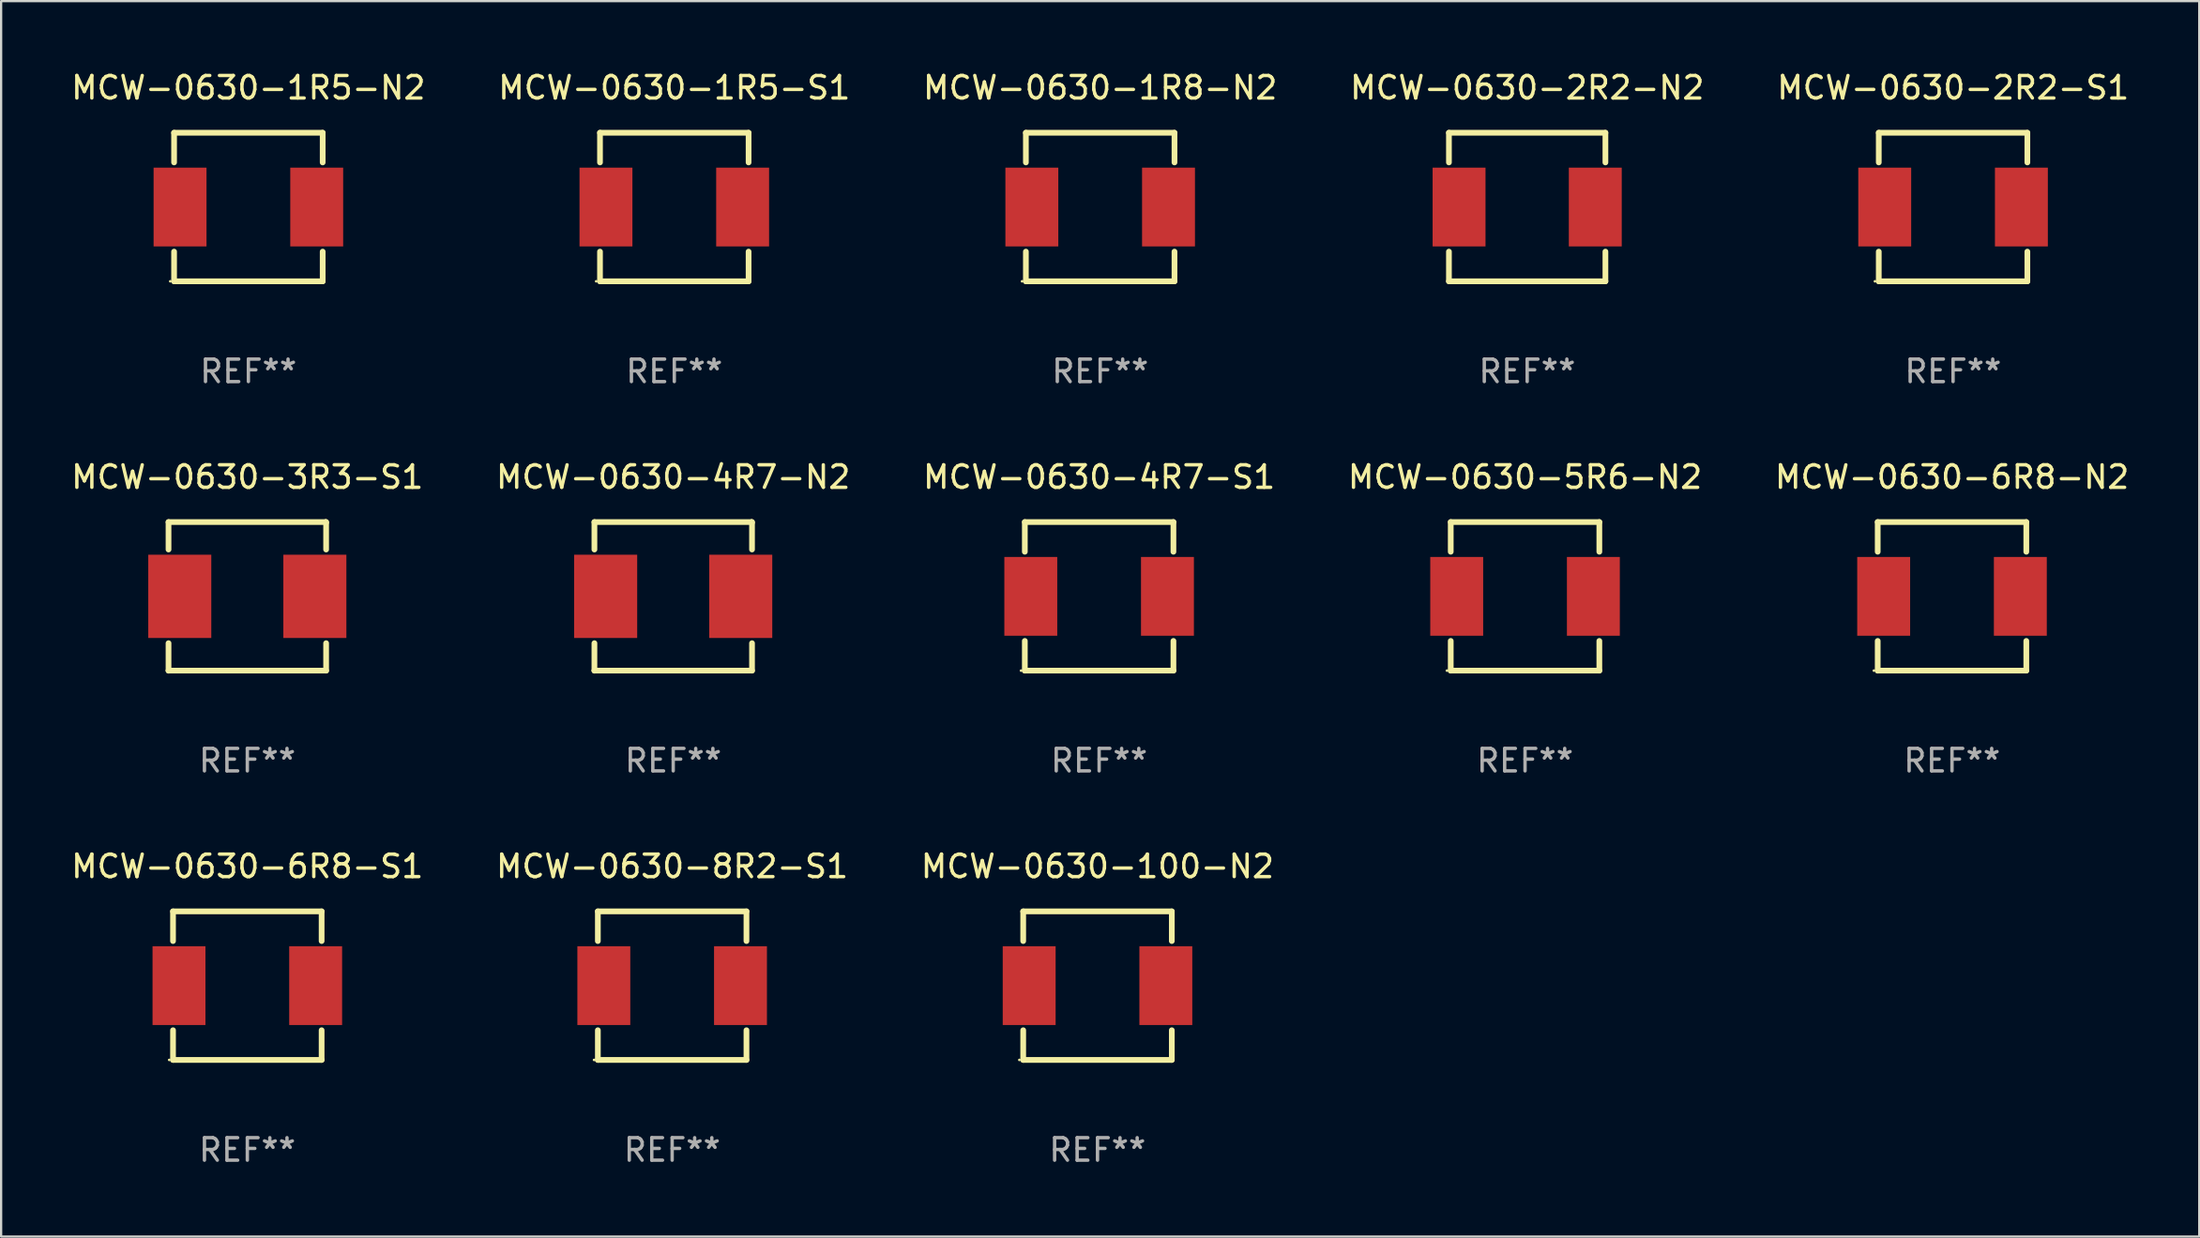
<source format=kicad_pcb>
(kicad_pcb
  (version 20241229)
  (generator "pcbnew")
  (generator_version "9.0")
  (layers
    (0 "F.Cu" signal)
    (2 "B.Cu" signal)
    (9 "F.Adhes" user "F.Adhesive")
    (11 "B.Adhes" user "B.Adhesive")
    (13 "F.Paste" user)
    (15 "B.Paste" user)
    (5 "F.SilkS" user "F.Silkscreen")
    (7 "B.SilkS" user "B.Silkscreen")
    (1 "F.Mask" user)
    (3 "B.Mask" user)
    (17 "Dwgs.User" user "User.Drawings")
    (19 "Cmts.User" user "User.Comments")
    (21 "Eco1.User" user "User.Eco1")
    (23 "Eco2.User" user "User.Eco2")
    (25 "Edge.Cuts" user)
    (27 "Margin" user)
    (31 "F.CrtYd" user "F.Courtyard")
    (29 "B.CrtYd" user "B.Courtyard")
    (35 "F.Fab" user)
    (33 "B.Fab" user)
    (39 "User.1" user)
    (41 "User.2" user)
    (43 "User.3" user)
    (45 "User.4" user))
  (footprint "MCW-0630-5R6-N2"
    (layer "F.Cu")
    (at 64.685 23.445)
    (property "Reference" "MCW-0630-5R6-N2" (at 0 -5.3 0) (layer "F.SilkS") (effects (font (size 1 1) (thickness 0.15))))
    (attr through_hole)
    (fp_line (start -3.3 -3.3) (end 3.3 -3.3) (stroke (width 0.254) (type solid)) (layer "F.SilkS"))
    (fp_line (start -3.3 -1.981) (end -3.3 -3.3) (stroke (width 0.254) (type solid)) (layer "F.SilkS"))
    (fp_line (start -3.3 3.3) (end -3.3 1.981) (stroke (width 0.254) (type solid)) (layer "F.SilkS"))
    (fp_line (start 3.3 -3.3) (end 3.3 -1.981) (stroke (width 0.254) (type solid)) (layer "F.SilkS"))
    (fp_line (start 3.3 1.981) (end 3.3 3.3) (stroke (width 0.254) (type solid)) (layer "F.SilkS"))
    (fp_line (start 3.3 3.3) (end -3.3 3.3) (stroke (width 0.254) (type solid)) (layer "F.SilkS"))
    (fp_circle (center -3.47 3.3) (end -3.44 3.3) (stroke (width 0.06) (type solid)) (fill no) (layer "F.SilkS"))
    (fp_text user "REF**" (at 0 7.3 0) (layer "F.Fab") (effects (font (size 1 1) (thickness 0.15))))
    (pad "1" smd rect (at -3.035 0) (size 2.35 3.5) (layers "F.Cu" "F.Mask" "F.Paste"))
    (pad "2" smd rect (at 3.035 0) (size 2.35 3.5) (layers "F.Cu" "F.Mask" "F.Paste")))
  (footprint "MCW-0630-1R5-S1"
    (layer "F.Cu")
    (at 26.899 6.148)
    (property "Reference" "MCW-0630-1R5-S1" (at 0 -5.3 0) (layer "F.SilkS") (effects (font (size 1 1) (thickness 0.15))))
    (attr through_hole)
    (fp_line (start -3.3 -3.3) (end 3.3 -3.3) (stroke (width 0.254) (type solid)) (layer "F.SilkS"))
    (fp_line (start -3.3 -1.981) (end -3.3 -3.3) (stroke (width 0.254) (type solid)) (layer "F.SilkS"))
    (fp_line (start -3.3 3.3) (end -3.3 1.981) (stroke (width 0.254) (type solid)) (layer "F.SilkS"))
    (fp_line (start 3.3 -3.3) (end 3.3 -1.981) (stroke (width 0.254) (type solid)) (layer "F.SilkS"))
    (fp_line (start 3.3 1.981) (end 3.3 3.3) (stroke (width 0.254) (type solid)) (layer "F.SilkS"))
    (fp_line (start 3.3 3.3) (end -3.3 3.3) (stroke (width 0.254) (type solid)) (layer "F.SilkS"))
    (fp_circle (center -3.47 3.3) (end -3.44 3.3) (stroke (width 0.06) (type solid)) (fill no) (layer "F.SilkS"))
    (fp_text user "REF**" (at 0 7.3 0) (layer "F.Fab") (effects (font (size 1 1) (thickness 0.15))))
    (pad "1" smd rect (at -3.035 0) (size 2.35 3.5) (layers "F.Cu" "F.Mask" "F.Paste"))
    (pad "2" smd rect (at 3.035 0) (size 2.35 3.5) (layers "F.Cu" "F.Mask" "F.Paste")))
  (footprint "MCW-0630-6R8-S1"
    (layer "F.Cu")
    (at 7.935 40.741)
    (property "Reference" "MCW-0630-6R8-S1" (at 0 -5.3 0) (layer "F.SilkS") (effects (font (size 1 1) (thickness 0.15))))
    (attr through_hole)
    (fp_line (start -3.3 -3.3) (end 3.3 -3.3) (stroke (width 0.254) (type solid)) (layer "F.SilkS"))
    (fp_line (start -3.3 -1.981) (end -3.3 -3.3) (stroke (width 0.254) (type solid)) (layer "F.SilkS"))
    (fp_line (start -3.3 3.3) (end -3.3 1.981) (stroke (width 0.254) (type solid)) (layer "F.SilkS"))
    (fp_line (start 3.3 -3.3) (end 3.3 -1.981) (stroke (width 0.254) (type solid)) (layer "F.SilkS"))
    (fp_line (start 3.3 1.981) (end 3.3 3.3) (stroke (width 0.254) (type solid)) (layer "F.SilkS"))
    (fp_line (start 3.3 3.3) (end -3.3 3.3) (stroke (width 0.254) (type solid)) (layer "F.SilkS"))
    (fp_circle (center -3.47 3.3) (end -3.44 3.3) (stroke (width 0.06) (type solid)) (fill no) (layer "F.SilkS"))
    (fp_text user "REF**" (at 0 7.3 0) (layer "F.Fab") (effects (font (size 1 1) (thickness 0.15))))
    (pad "1" smd rect (at -3.035 0) (size 2.35 3.5) (layers "F.Cu" "F.Mask" "F.Paste"))
    (pad "2" smd rect (at 3.035 0) (size 2.35 3.5) (layers "F.Cu" "F.Mask" "F.Paste")))
  (footprint "MCW-0630-4R7-S1"
    (layer "F.Cu")
    (at 45.768 23.445)
    (property "Reference" "MCW-0630-4R7-S1" (at 0 -5.3 0) (layer "F.SilkS") (effects (font (size 1 1) (thickness 0.15))))
    (attr through_hole)
    (fp_line (start -3.3 -3.3) (end 3.3 -3.3) (stroke (width 0.254) (type solid)) (layer "F.SilkS"))
    (fp_line (start -3.3 -1.981) (end -3.3 -3.3) (stroke (width 0.254) (type solid)) (layer "F.SilkS"))
    (fp_line (start -3.3 3.3) (end -3.3 1.981) (stroke (width 0.254) (type solid)) (layer "F.SilkS"))
    (fp_line (start 3.3 -3.3) (end 3.3 -1.981) (stroke (width 0.254) (type solid)) (layer "F.SilkS"))
    (fp_line (start 3.3 1.981) (end 3.3 3.3) (stroke (width 0.254) (type solid)) (layer "F.SilkS"))
    (fp_line (start 3.3 3.3) (end -3.3 3.3) (stroke (width 0.254) (type solid)) (layer "F.SilkS"))
    (fp_circle (center -3.47 3.3) (end -3.44 3.3) (stroke (width 0.06) (type solid)) (fill no) (layer "F.SilkS"))
    (fp_text user "REF**" (at 0 7.3 0) (layer "F.Fab") (effects (font (size 1 1) (thickness 0.15))))
    (pad "1" smd rect (at -3.035 0) (size 2.35 3.5) (layers "F.Cu" "F.Mask" "F.Paste"))
    (pad "2" smd rect (at 3.035 0) (size 2.35 3.5) (layers "F.Cu" "F.Mask" "F.Paste")))
  (footprint "MCW-0630-8R2-S1"
    (layer "F.Cu")
    (at 26.804 40.741)
    (property "Reference" "MCW-0630-8R2-S1" (at 0 -5.3 0) (layer "F.SilkS") (effects (font (size 1 1) (thickness 0.15))))
    (attr through_hole)
    (fp_line (start -3.3 -3.3) (end 3.3 -3.3) (stroke (width 0.254) (type solid)) (layer "F.SilkS"))
    (fp_line (start -3.3 -1.981) (end -3.3 -3.3) (stroke (width 0.254) (type solid)) (layer "F.SilkS"))
    (fp_line (start -3.3 3.3) (end -3.3 1.981) (stroke (width 0.254) (type solid)) (layer "F.SilkS"))
    (fp_line (start 3.3 -3.3) (end 3.3 -1.981) (stroke (width 0.254) (type solid)) (layer "F.SilkS"))
    (fp_line (start 3.3 1.981) (end 3.3 3.3) (stroke (width 0.254) (type solid)) (layer "F.SilkS"))
    (fp_line (start 3.3 3.3) (end -3.3 3.3) (stroke (width 0.254) (type solid)) (layer "F.SilkS"))
    (fp_circle (center -3.47 3.3) (end -3.44 3.3) (stroke (width 0.06) (type solid)) (fill no) (layer "F.SilkS"))
    (fp_text user "REF**" (at 0 7.3 0) (layer "F.Fab") (effects (font (size 1 1) (thickness 0.15))))
    (pad "1" smd rect (at -3.035 0) (size 2.35 3.5) (layers "F.Cu" "F.Mask" "F.Paste"))
    (pad "2" smd rect (at 3.035 0) (size 2.35 3.5) (layers "F.Cu" "F.Mask" "F.Paste")))
  (footprint "MCW-0630-2R2-N2"
    (layer "F.Cu")
    (at 64.78 6.148)
    (property "Reference" "MCW-0630-2R2-N2" (at 0 -5.3 0) (layer "F.SilkS") (effects (font (size 1 1) (thickness 0.15))))
    (attr through_hole)
    (fp_line (start -3.475 -3.3) (end 3.475 -3.3) (stroke (width 0.254) (type solid)) (layer "F.SilkS"))
    (fp_line (start -3.475 -1.981) (end -3.475 -3.3) (stroke (width 0.254) (type solid)) (layer "F.SilkS"))
    (fp_line (start -3.475 3.3) (end -3.475 1.981) (stroke (width 0.254) (type solid)) (layer "F.SilkS"))
    (fp_line (start -3.475 3.3) (end 3.475 3.3) (stroke (width 0.254) (type solid)) (layer "F.SilkS"))
    (fp_line (start 3.475 -1.981) (end 3.475 -3.3) (stroke (width 0.254) (type solid)) (layer "F.SilkS"))
    (fp_line (start 3.475 3.3) (end 3.475 1.981) (stroke (width 0.254) (type solid)) (layer "F.SilkS"))
    (fp_circle (center -3.475 3.3) (end -3.445 3.3) (stroke (width 0.06) (type solid)) (fill no) (layer "F.SilkS"))
    (fp_text user "REF**" (at 0 7.3 0) (layer "F.Fab") (effects (font (size 1 1) (thickness 0.15))))
    (pad "1" smd rect (at -3.025 0) (size 2.35 3.5) (layers "F.Cu" "F.Mask" "F.Paste"))
    (pad "2" smd rect (at 3.025 0) (size 2.35 3.5) (layers "F.Cu" "F.Mask" "F.Paste")))
  (footprint "MCW-0630-1R5-N2"
    (layer "F.Cu")
    (at 7.982 6.148)
    (property "Reference" "MCW-0630-1R5-N2" (at 0 -5.3 0) (layer "F.SilkS") (effects (font (size 1 1) (thickness 0.15))))
    (attr through_hole)
    (fp_line (start -3.3 -3.3) (end 3.3 -3.3) (stroke (width 0.254) (type solid)) (layer "F.SilkS"))
    (fp_line (start -3.3 -1.981) (end -3.3 -3.3) (stroke (width 0.254) (type solid)) (layer "F.SilkS"))
    (fp_line (start -3.3 3.3) (end -3.3 1.981) (stroke (width 0.254) (type solid)) (layer "F.SilkS"))
    (fp_line (start 3.3 -3.3) (end 3.3 -1.981) (stroke (width 0.254) (type solid)) (layer "F.SilkS"))
    (fp_line (start 3.3 1.981) (end 3.3 3.3) (stroke (width 0.254) (type solid)) (layer "F.SilkS"))
    (fp_line (start 3.3 3.3) (end -3.3 3.3) (stroke (width 0.254) (type solid)) (layer "F.SilkS"))
    (fp_circle (center -3.47 3.3) (end -3.44 3.3) (stroke (width 0.06) (type solid)) (fill no) (layer "F.SilkS"))
    (fp_text user "REF**" (at 0 7.3 0) (layer "F.Fab") (effects (font (size 1 1) (thickness 0.15))))
    (pad "1" smd rect (at -3.035 0) (size 2.35 3.5) (layers "F.Cu" "F.Mask" "F.Paste"))
    (pad "2" smd rect (at 3.035 0) (size 2.35 3.5) (layers "F.Cu" "F.Mask" "F.Paste")))
  (footprint "MCW-0630-100-N2"
    (layer "F.Cu")
    (at 45.696 40.741)
    (property "Reference" "MCW-0630-100-N2" (at 0 -5.3 0) (layer "F.SilkS") (effects (font (size 1 1) (thickness 0.15))))
    (attr through_hole)
    (fp_line (start -3.3 -3.3) (end 3.3 -3.3) (stroke (width 0.254) (type solid)) (layer "F.SilkS"))
    (fp_line (start -3.3 -1.981) (end -3.3 -3.3) (stroke (width 0.254) (type solid)) (layer "F.SilkS"))
    (fp_line (start -3.3 3.3) (end -3.3 1.981) (stroke (width 0.254) (type solid)) (layer "F.SilkS"))
    (fp_line (start 3.3 -3.3) (end 3.3 -1.981) (stroke (width 0.254) (type solid)) (layer "F.SilkS"))
    (fp_line (start 3.3 1.981) (end 3.3 3.3) (stroke (width 0.254) (type solid)) (layer "F.SilkS"))
    (fp_line (start 3.3 3.3) (end -3.3 3.3) (stroke (width 0.254) (type solid)) (layer "F.SilkS"))
    (fp_circle (center -3.47 3.3) (end -3.44 3.3) (stroke (width 0.06) (type solid)) (fill no) (layer "F.SilkS"))
    (fp_text user "REF**" (at 0 7.3 0) (layer "F.Fab") (effects (font (size 1 1) (thickness 0.15))))
    (pad "1" smd rect (at -3.035 0) (size 2.35 3.5) (layers "F.Cu" "F.Mask" "F.Paste"))
    (pad "2" smd rect (at 3.035 0) (size 2.35 3.5) (layers "F.Cu" "F.Mask" "F.Paste")))
  (footprint "MCW-0630-4R7-N2"
    (layer "F.Cu")
    (at 26.851 23.445)
    (property "Reference" "MCW-0630-4R7-N2" (at 0 -5.3 0) (layer "F.SilkS") (effects (font (size 1 1) (thickness 0.15))))
    (attr through_hole)
    (fp_line (start -3.5 -3.3) (end 3.48 -3.3) (stroke (width 0.254) (type solid)) (layer "F.SilkS"))
    (fp_line (start -3.5 -2.081) (end -3.5 -3.3) (stroke (width 0.254) (type solid)) (layer "F.SilkS"))
    (fp_line (start -3.5 3.3) (end -3.5 2.081) (stroke (width 0.254) (type solid)) (layer "F.SilkS"))
    (fp_line (start -3.49 3.3) (end -3.5 3.3) (stroke (width 0.254) (type solid)) (layer "F.SilkS"))
    (fp_line (start 3.48 -3.3) (end 3.5 -3.28) (stroke (width 0.254) (type solid)) (layer "F.SilkS"))
    (fp_line (start 3.5 -3.3) (end 3.5 -2.081) (stroke (width 0.254) (type solid)) (layer "F.SilkS"))
    (fp_line (start 3.5 2.081) (end 3.5 3.3) (stroke (width 0.254) (type solid)) (layer "F.SilkS"))
    (fp_line (start 3.5 3.3) (end -3.49 3.3) (stroke (width 0.254) (type solid)) (layer "F.SilkS"))
    (fp_circle (center -3.5 3.3) (end -3.47 3.3) (stroke (width 0.06) (type solid)) (fill no) (layer "F.SilkS"))
    (fp_text user "REF**" (at 0 7.3 0) (layer "F.Fab") (effects (font (size 1 1) (thickness 0.15))))
    (pad "1" smd rect (at -3 0) (size 2.8 3.7) (layers "F.Cu" "F.Mask" "F.Paste"))
    (pad "2" smd rect (at 3 0) (size 2.8 3.7) (layers "F.Cu" "F.Mask" "F.Paste")))
  (footprint "MCW-0630-6R8-N2"
    (layer "F.Cu")
    (at 83.649 23.445)
    (property "Reference" "MCW-0630-6R8-N2" (at 0 -5.3 0) (layer "F.SilkS") (effects (font (size 1 1) (thickness 0.15))))
    (attr through_hole)
    (fp_line (start -3.3 -3.3) (end 3.3 -3.3) (stroke (width 0.254) (type solid)) (layer "F.SilkS"))
    (fp_line (start -3.3 -1.981) (end -3.3 -3.3) (stroke (width 0.254) (type solid)) (layer "F.SilkS"))
    (fp_line (start -3.3 3.3) (end -3.3 1.981) (stroke (width 0.254) (type solid)) (layer "F.SilkS"))
    (fp_line (start 3.3 -3.3) (end 3.3 -1.981) (stroke (width 0.254) (type solid)) (layer "F.SilkS"))
    (fp_line (start 3.3 1.981) (end 3.3 3.3) (stroke (width 0.254) (type solid)) (layer "F.SilkS"))
    (fp_line (start 3.3 3.3) (end -3.3 3.3) (stroke (width 0.254) (type solid)) (layer "F.SilkS"))
    (fp_circle (center -3.47 3.3) (end -3.44 3.3) (stroke (width 0.06) (type solid)) (fill no) (layer "F.SilkS"))
    (fp_text user "REF**" (at 0 7.3 0) (layer "F.Fab") (effects (font (size 1 1) (thickness 0.15))))
    (pad "1" smd rect (at -3.035 0) (size 2.35 3.5) (layers "F.Cu" "F.Mask" "F.Paste"))
    (pad "2" smd rect (at 3.035 0) (size 2.35 3.5) (layers "F.Cu" "F.Mask" "F.Paste")))
  (footprint "MCW-0630-3R3-S1"
    (layer "F.Cu")
    (at 7.935 23.445)
    (property "Reference" "MCW-0630-3R3-S1" (at 0 -5.3 0) (layer "F.SilkS") (effects (font (size 1 1) (thickness 0.15))))
    (attr through_hole)
    (fp_line (start -3.5 -3.3) (end 3.48 -3.3) (stroke (width 0.254) (type solid)) (layer "F.SilkS"))
    (fp_line (start -3.5 -2.081) (end -3.5 -3.3) (stroke (width 0.254) (type solid)) (layer "F.SilkS"))
    (fp_line (start -3.5 3.3) (end -3.5 2.081) (stroke (width 0.254) (type solid)) (layer "F.SilkS"))
    (fp_line (start -3.49 3.3) (end -3.5 3.3) (stroke (width 0.254) (type solid)) (layer "F.SilkS"))
    (fp_line (start 3.48 -3.3) (end 3.5 -3.28) (stroke (width 0.254) (type solid)) (layer "F.SilkS"))
    (fp_line (start 3.5 -3.3) (end 3.5 -2.081) (stroke (width 0.254) (type solid)) (layer "F.SilkS"))
    (fp_line (start 3.5 2.081) (end 3.5 3.3) (stroke (width 0.254) (type solid)) (layer "F.SilkS"))
    (fp_line (start 3.5 3.3) (end -3.49 3.3) (stroke (width 0.254) (type solid)) (layer "F.SilkS"))
    (fp_circle (center -3.5 3.3) (end -3.47 3.3) (stroke (width 0.06) (type solid)) (fill no) (layer "F.SilkS"))
    (fp_text user "REF**" (at 0 7.3 0) (layer "F.Fab") (effects (font (size 1 1) (thickness 0.15))))
    (pad "1" smd rect (at -3 0) (size 2.8 3.7) (layers "F.Cu" "F.Mask" "F.Paste"))
    (pad "2" smd rect (at 3 0) (size 2.8 3.7) (layers "F.Cu" "F.Mask" "F.Paste")))
  (footprint "MCW-0630-1R8-N2"
    (layer "F.Cu")
    (at 45.815 6.148)
    (property "Reference" "MCW-0630-1R8-N2" (at 0 -5.3 0) (layer "F.SilkS") (effects (font (size 1 1) (thickness 0.15))))
    (attr through_hole)
    (fp_line (start -3.3 -3.3) (end 3.3 -3.3) (stroke (width 0.254) (type solid)) (layer "F.SilkS"))
    (fp_line (start -3.3 -1.981) (end -3.3 -3.3) (stroke (width 0.254) (type solid)) (layer "F.SilkS"))
    (fp_line (start -3.3 3.3) (end -3.3 1.981) (stroke (width 0.254) (type solid)) (layer "F.SilkS"))
    (fp_line (start 3.3 -3.3) (end 3.3 -1.981) (stroke (width 0.254) (type solid)) (layer "F.SilkS"))
    (fp_line (start 3.3 1.981) (end 3.3 3.3) (stroke (width 0.254) (type solid)) (layer "F.SilkS"))
    (fp_line (start 3.3 3.3) (end -3.3 3.3) (stroke (width 0.254) (type solid)) (layer "F.SilkS"))
    (fp_circle (center -3.47 3.3) (end -3.44 3.3) (stroke (width 0.06) (type solid)) (fill no) (layer "F.SilkS"))
    (fp_text user "REF**" (at 0 7.3 0) (layer "F.Fab") (effects (font (size 1 1) (thickness 0.15))))
    (pad "1" smd rect (at -3.035 0) (size 2.35 3.5) (layers "F.Cu" "F.Mask" "F.Paste"))
    (pad "2" smd rect (at 3.035 0) (size 2.35 3.5) (layers "F.Cu" "F.Mask" "F.Paste")))
  (footprint "MCW-0630-2R2-S1"
    (layer "F.Cu")
    (at 83.696 6.148)
    (property "Reference" "MCW-0630-2R2-S1" (at 0 -5.3 0) (layer "F.SilkS") (effects (font (size 1 1) (thickness 0.15))))
    (attr through_hole)
    (fp_line (start -3.3 -3.3) (end 3.3 -3.3) (stroke (width 0.254) (type solid)) (layer "F.SilkS"))
    (fp_line (start -3.3 -1.981) (end -3.3 -3.3) (stroke (width 0.254) (type solid)) (layer "F.SilkS"))
    (fp_line (start -3.3 3.3) (end -3.3 1.981) (stroke (width 0.254) (type solid)) (layer "F.SilkS"))
    (fp_line (start 3.3 -3.3) (end 3.3 -1.981) (stroke (width 0.254) (type solid)) (layer "F.SilkS"))
    (fp_line (start 3.3 1.981) (end 3.3 3.3) (stroke (width 0.254) (type solid)) (layer "F.SilkS"))
    (fp_line (start 3.3 3.3) (end -3.3 3.3) (stroke (width 0.254) (type solid)) (layer "F.SilkS"))
    (fp_circle (center -3.47 3.3) (end -3.44 3.3) (stroke (width 0.06) (type solid)) (fill no) (layer "F.SilkS"))
    (fp_text user "REF**" (at 0 7.3 0) (layer "F.Fab") (effects (font (size 1 1) (thickness 0.15))))
    (pad "1" smd rect (at -3.035 0) (size 2.35 3.5) (layers "F.Cu" "F.Mask" "F.Paste"))
    (pad "2" smd rect (at 3.035 0) (size 2.35 3.5) (layers "F.Cu" "F.Mask" "F.Paste")))
  (gr_rect
    (start -3 -3)
    (end 94.631 51.89)
    (stroke (width 0.1) (type default))
    (fill no)
    (layer "Edge.Cuts")))
</source>
